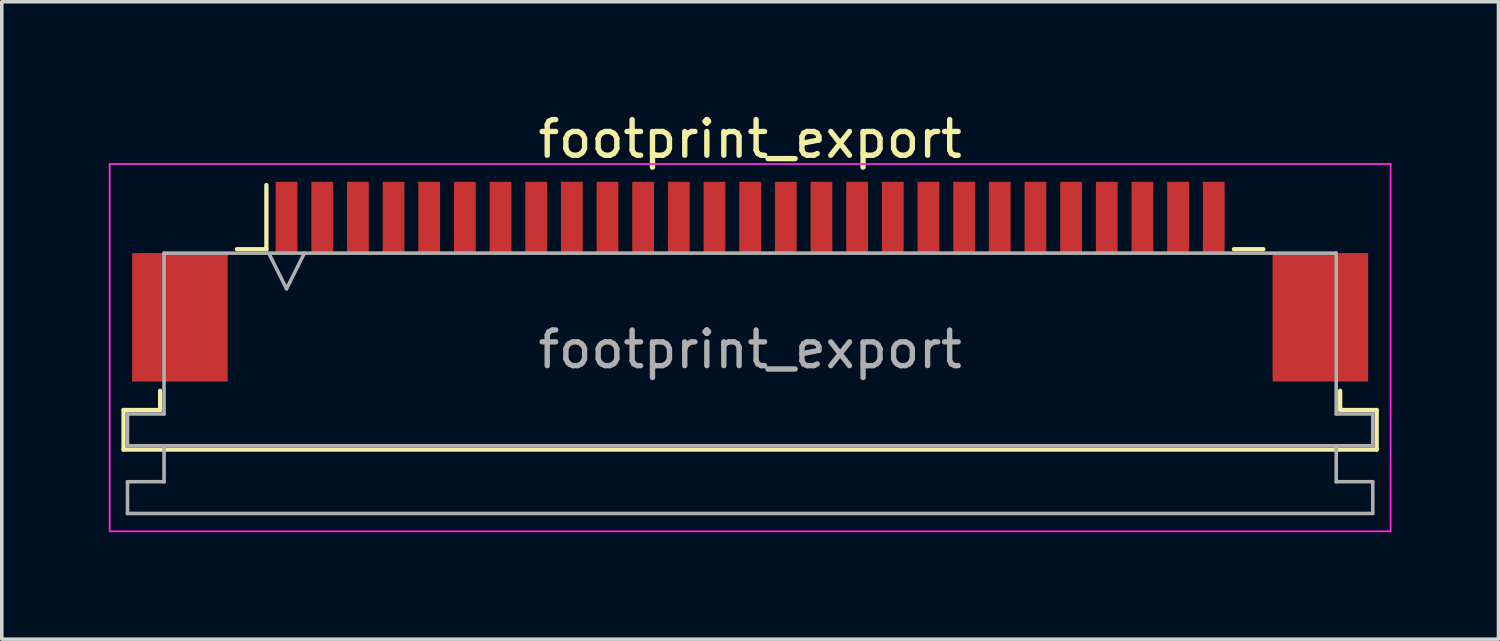
<source format=kicad_pcb>
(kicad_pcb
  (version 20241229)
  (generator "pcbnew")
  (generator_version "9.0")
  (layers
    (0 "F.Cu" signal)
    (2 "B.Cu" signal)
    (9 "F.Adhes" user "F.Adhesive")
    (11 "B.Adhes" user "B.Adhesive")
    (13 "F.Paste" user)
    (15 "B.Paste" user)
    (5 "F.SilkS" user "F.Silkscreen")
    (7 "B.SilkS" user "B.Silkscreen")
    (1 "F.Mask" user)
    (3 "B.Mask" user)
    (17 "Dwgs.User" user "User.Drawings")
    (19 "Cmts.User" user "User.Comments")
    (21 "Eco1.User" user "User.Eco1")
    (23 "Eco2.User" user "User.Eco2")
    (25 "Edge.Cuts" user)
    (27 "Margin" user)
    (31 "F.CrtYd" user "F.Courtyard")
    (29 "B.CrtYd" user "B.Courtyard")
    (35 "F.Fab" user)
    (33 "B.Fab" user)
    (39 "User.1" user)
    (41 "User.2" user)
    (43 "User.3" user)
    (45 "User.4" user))
  (footprint "footprint_export"
    (layer "F.Cu")
    (at 17.985 4.848)
    (property "Reference" "footprint_export" (at 0 -4 0) (layer "F.SilkS") (effects (font (size 1 1) (thickness 0.15))))
    (attr smd)
    (fp_line (start -17.57 3.6) (end -16.545 3.6) (stroke (width 0.12) (type solid)) (layer "F.SilkS"))
    (fp_line (start -17.57 4.71) (end -17.57 3.6) (stroke (width 0.12) (type solid)) (layer "F.SilkS"))
    (fp_line (start -16.545 3.6) (end -16.545 3.06) (stroke (width 0.12) (type solid)) (layer "F.SilkS"))
    (fp_line (start -14.39 -0.91) (end -13.565 -0.91) (stroke (width 0.12) (type solid)) (layer "F.SilkS"))
    (fp_line (start -13.565 -0.91) (end -13.565 -2.71) (stroke (width 0.12) (type solid)) (layer "F.SilkS"))
    (fp_line (start 13.565 -0.91) (end 14.39 -0.91) (stroke (width 0.12) (type solid)) (layer "F.SilkS"))
    (fp_line (start 16.545 3.06) (end 16.545 3.6) (stroke (width 0.12) (type solid)) (layer "F.SilkS"))
    (fp_line (start 16.545 3.6) (end 17.57 3.6) (stroke (width 0.12) (type solid)) (layer "F.SilkS"))
    (fp_line (start 17.57 3.6) (end 17.57 4.71) (stroke (width 0.12) (type solid)) (layer "F.SilkS"))
    (fp_line (start 17.57 4.71) (end -17.57 4.71) (stroke (width 0.12) (type solid)) (layer "F.SilkS"))
    (fp_line (start -17.96 -3.3) (end -17.96 7) (stroke (width 0.05) (type solid)) (layer "F.CrtYd"))
    (fp_line (start -17.96 7) (end 17.96 7) (stroke (width 0.05) (type solid)) (layer "F.CrtYd"))
    (fp_line (start 17.96 -3.3) (end -17.96 -3.3) (stroke (width 0.05) (type solid)) (layer "F.CrtYd"))
    (fp_line (start 17.96 7) (end 17.96 -3.3) (stroke (width 0.05) (type solid)) (layer "F.CrtYd"))
    (fp_line (start -17.46 3.71) (end -16.435 3.71) (stroke (width 0.1) (type solid)) (layer "F.Fab"))
    (fp_line (start -17.46 4.6) (end -17.46 3.71) (stroke (width 0.1) (type solid)) (layer "F.Fab"))
    (fp_line (start -17.46 5.61) (end -16.435 5.61) (stroke (width 0.1) (type solid)) (layer "F.Fab"))
    (fp_line (start -17.46 6.5) (end -17.46 5.61) (stroke (width 0.1) (type solid)) (layer "F.Fab"))
    (fp_line (start -16.435 -0.8) (end 16.435 -0.8) (stroke (width 0.1) (type solid)) (layer "F.Fab"))
    (fp_line (start -16.435 3.71) (end -16.435 -0.8) (stroke (width 0.1) (type solid)) (layer "F.Fab"))
    (fp_line (start -16.435 5.61) (end -16.435 4.6) (stroke (width 0.1) (type solid)) (layer "F.Fab"))
    (fp_line (start -13.5 -0.8) (end -13 0.2) (stroke (width 0.1) (type solid)) (layer "F.Fab"))
    (fp_line (start -13 0.2) (end -12.5 -0.8) (stroke (width 0.1) (type solid)) (layer "F.Fab"))
    (fp_line (start 16.435 -0.8) (end 16.435 3.71) (stroke (width 0.1) (type solid)) (layer "F.Fab"))
    (fp_line (start 16.435 3.71) (end 17.46 3.71) (stroke (width 0.1) (type solid)) (layer "F.Fab"))
    (fp_line (start 16.435 4.6) (end 16.435 5.61) (stroke (width 0.1) (type solid)) (layer "F.Fab"))
    (fp_line (start 16.435 5.61) (end 17.46 5.61) (stroke (width 0.1) (type solid)) (layer "F.Fab"))
    (fp_line (start 17.46 3.71) (end 17.46 4.6) (stroke (width 0.1) (type solid)) (layer "F.Fab"))
    (fp_line (start 17.46 4.6) (end -17.46 4.6) (stroke (width 0.1) (type solid)) (layer "F.Fab"))
    (fp_line (start 17.46 5.61) (end 17.46 6.5) (stroke (width 0.1) (type solid)) (layer "F.Fab"))
    (fp_line (start 17.46 6.5) (end -17.46 6.5) (stroke (width 0.1) (type solid)) (layer "F.Fab"))
    (fp_text user "${REFERENCE}" (at 0 1.9 0) (layer "F.Fab") (effects (font (size 1 1) (thickness 0.15))))
    (pad "1" smd rect (at -13 -1.8) (size 0.61 2) (layers "F.Cu" "F.Mask" "F.Paste"))
    (pad "2" smd rect (at -12 -1.8) (size 0.61 2) (layers "F.Cu" "F.Mask" "F.Paste"))
    (pad "3" smd rect (at -11 -1.8) (size 0.61 2) (layers "F.Cu" "F.Mask" "F.Paste"))
    (pad "4" smd rect (at -10 -1.8) (size 0.61 2) (layers "F.Cu" "F.Mask" "F.Paste"))
    (pad "5" smd rect (at -9 -1.8) (size 0.61 2) (layers "F.Cu" "F.Mask" "F.Paste"))
    (pad "6" smd rect (at -8 -1.8) (size 0.61 2) (layers "F.Cu" "F.Mask" "F.Paste"))
    (pad "7" smd rect (at -7 -1.8) (size 0.61 2) (layers "F.Cu" "F.Mask" "F.Paste"))
    (pad "8" smd rect (at -6 -1.8) (size 0.61 2) (layers "F.Cu" "F.Mask" "F.Paste"))
    (pad "9" smd rect (at -5 -1.8) (size 0.61 2) (layers "F.Cu" "F.Mask" "F.Paste"))
    (pad "10" smd rect (at -4 -1.8) (size 0.61 2) (layers "F.Cu" "F.Mask" "F.Paste"))
    (pad "11" smd rect (at -3 -1.8) (size 0.61 2) (layers "F.Cu" "F.Mask" "F.Paste"))
    (pad "12" smd rect (at -2 -1.8) (size 0.61 2) (layers "F.Cu" "F.Mask" "F.Paste"))
    (pad "13" smd rect (at -1 -1.8) (size 0.61 2) (layers "F.Cu" "F.Mask" "F.Paste"))
    (pad "14" smd rect (at 0 -1.8) (size 0.61 2) (layers "F.Cu" "F.Mask" "F.Paste"))
    (pad "15" smd rect (at 1 -1.8) (size 0.61 2) (layers "F.Cu" "F.Mask" "F.Paste"))
    (pad "16" smd rect (at 2 -1.8) (size 0.61 2) (layers "F.Cu" "F.Mask" "F.Paste"))
    (pad "17" smd rect (at 3 -1.8) (size 0.61 2) (layers "F.Cu" "F.Mask" "F.Paste"))
    (pad "18" smd rect (at 4 -1.8) (size 0.61 2) (layers "F.Cu" "F.Mask" "F.Paste"))
    (pad "19" smd rect (at 5 -1.8) (size 0.61 2) (layers "F.Cu" "F.Mask" "F.Paste"))
    (pad "20" smd rect (at 6 -1.8) (size 0.61 2) (layers "F.Cu" "F.Mask" "F.Paste"))
    (pad "21" smd rect (at 7 -1.8) (size 0.61 2) (layers "F.Cu" "F.Mask" "F.Paste"))
    (pad "22" smd rect (at 8 -1.8) (size 0.61 2) (layers "F.Cu" "F.Mask" "F.Paste"))
    (pad "23" smd rect (at 9 -1.8) (size 0.61 2) (layers "F.Cu" "F.Mask" "F.Paste"))
    (pad "24" smd rect (at 10 -1.8) (size 0.61 2) (layers "F.Cu" "F.Mask" "F.Paste"))
    (pad "25" smd rect (at 11 -1.8) (size 0.61 2) (layers "F.Cu" "F.Mask" "F.Paste"))
    (pad "26" smd rect (at 12 -1.8) (size 0.61 2) (layers "F.Cu" "F.Mask" "F.Paste"))
    (pad "27" smd rect (at 13 -1.8) (size 0.61 2) (layers "F.Cu" "F.Mask" "F.Paste"))
    (pad "MP" smd rect (at -15.99 1) (size 2.68 3.6) (layers "F.Cu" "F.Mask" "F.Paste"))
    (pad "MP" smd rect (at 15.99 1) (size 2.68 3.6) (layers "F.Cu" "F.Mask" "F.Paste")))
  (gr_rect
    (start -3 -3)
    (end 38.97 14.873)
    (stroke (width 0.1) (type default))
    (fill no)
    (layer "Edge.Cuts")))
</source>
